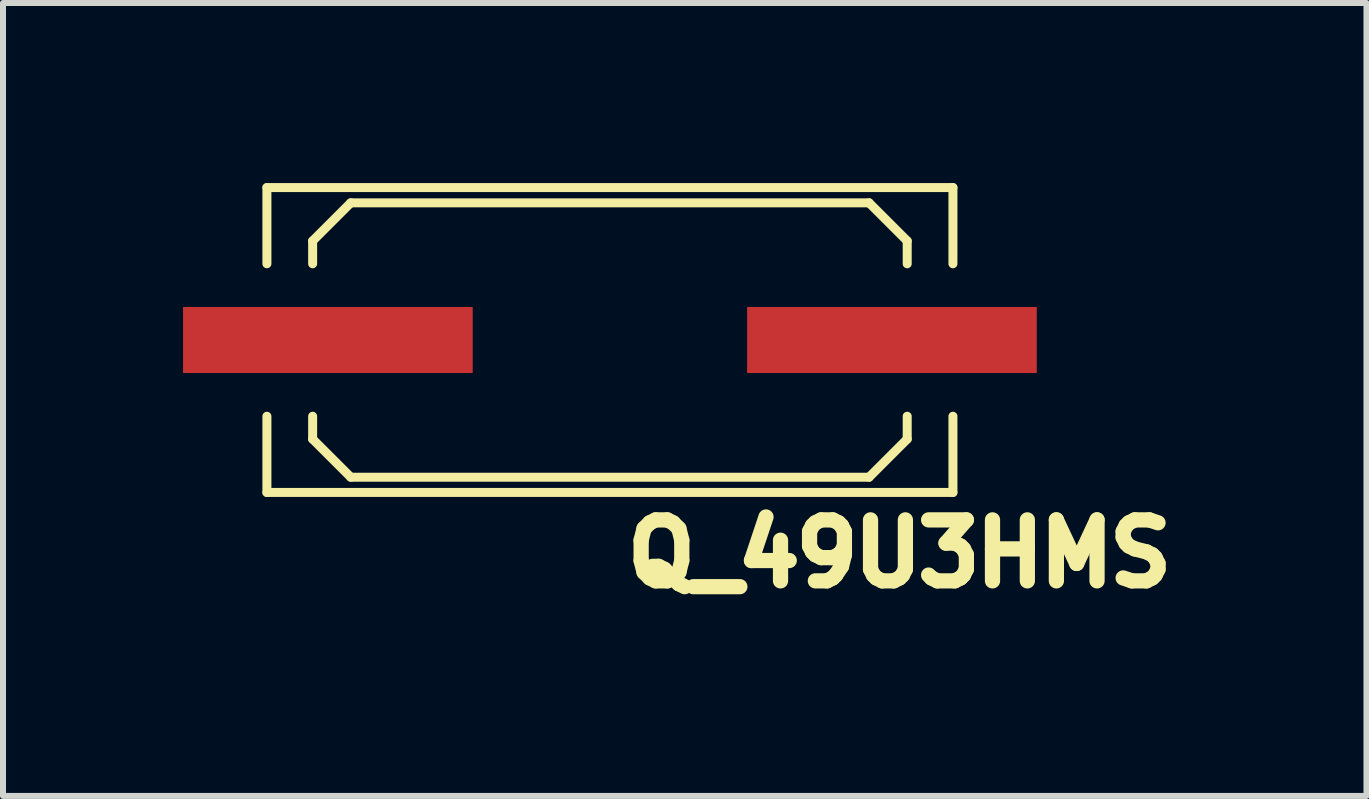
<source format=kicad_pcb>
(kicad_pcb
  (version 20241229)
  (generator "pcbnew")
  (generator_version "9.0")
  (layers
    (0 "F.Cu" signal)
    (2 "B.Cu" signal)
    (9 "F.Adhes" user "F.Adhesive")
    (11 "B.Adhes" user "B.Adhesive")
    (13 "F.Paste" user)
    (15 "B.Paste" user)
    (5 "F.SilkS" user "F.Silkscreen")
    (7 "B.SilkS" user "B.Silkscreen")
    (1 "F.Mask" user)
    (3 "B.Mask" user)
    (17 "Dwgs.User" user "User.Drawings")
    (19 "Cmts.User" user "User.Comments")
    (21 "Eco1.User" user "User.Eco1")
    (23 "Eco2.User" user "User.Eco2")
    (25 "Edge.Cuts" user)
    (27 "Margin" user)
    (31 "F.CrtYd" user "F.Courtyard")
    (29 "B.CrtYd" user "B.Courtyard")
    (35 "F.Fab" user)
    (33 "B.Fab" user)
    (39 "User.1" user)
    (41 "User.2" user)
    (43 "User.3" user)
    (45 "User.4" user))
  (footprint "Q_49U3HMS"
    (layer "F.Cu")
    (at 7.112 2.615)
    (property "Reference" "Q_49U3HMS" (at 4.826 3.556 180) (layer "F.SilkS") (effects (font (size 1.016 1.016) (thickness 0.254))))
    (attr smd)
    (fp_line (start -5.715 -2.54) (end -5.715 -1.27) (stroke (width 0.15) (type solid)) (layer "F.SilkS"))
    (fp_line (start -5.715 -2.54) (end 5.715 -2.54) (stroke (width 0.15) (type solid)) (layer "F.SilkS"))
    (fp_line (start -5.715 2.54) (end -5.715 1.27) (stroke (width 0.15) (type solid)) (layer "F.SilkS"))
    (fp_line (start -4.953 -1.651) (end -4.953 -1.27) (stroke (width 0.15) (type solid)) (layer "F.SilkS"))
    (fp_line (start -4.953 1.651) (end -4.953 1.27) (stroke (width 0.15) (type solid)) (layer "F.SilkS"))
    (fp_line (start -4.953 1.651) (end -4.318 2.286) (stroke (width 0.15) (type solid)) (layer "F.SilkS"))
    (fp_line (start -4.318 -2.286) (end -4.953 -1.651) (stroke (width 0.15) (type solid)) (layer "F.SilkS"))
    (fp_line (start -4.318 2.286) (end 4.318 2.286) (stroke (width 0.15) (type solid)) (layer "F.SilkS"))
    (fp_line (start 4.318 -2.286) (end -4.318 -2.286) (stroke (width 0.15) (type solid)) (layer "F.SilkS"))
    (fp_line (start 4.318 2.286) (end 4.953 1.651) (stroke (width 0.15) (type solid)) (layer "F.SilkS"))
    (fp_line (start 4.953 -1.651) (end 4.318 -2.286) (stroke (width 0.15) (type solid)) (layer "F.SilkS"))
    (fp_line (start 4.953 -1.651) (end 4.953 -1.27) (stroke (width 0.15) (type solid)) (layer "F.SilkS"))
    (fp_line (start 4.953 1.651) (end 4.953 1.27) (stroke (width 0.15) (type solid)) (layer "F.SilkS"))
    (fp_line (start 5.715 -2.54) (end 5.715 -1.27) (stroke (width 0.15) (type solid)) (layer "F.SilkS"))
    (fp_line (start 5.715 2.54) (end -5.715 2.54) (stroke (width 0.15) (type solid)) (layer "F.SilkS"))
    (fp_line (start 5.715 2.54) (end 5.715 1.27) (stroke (width 0.15) (type solid)) (layer "F.SilkS"))
    (pad "1" smd rect (at -4.699 0) (size 4.826 1.1) (layers "F.Cu" "F.Mask" "F.Paste"))
    (pad "2" smd rect (at 4.699 0) (size 4.826 1.1) (layers "F.Cu" "F.Mask" "F.Paste")))
  (gr_rect
    (start -3 -3)
    (end 19.717 10.211)
    (stroke (width 0.1) (type default))
    (fill no)
    (layer "Edge.Cuts")))
</source>
